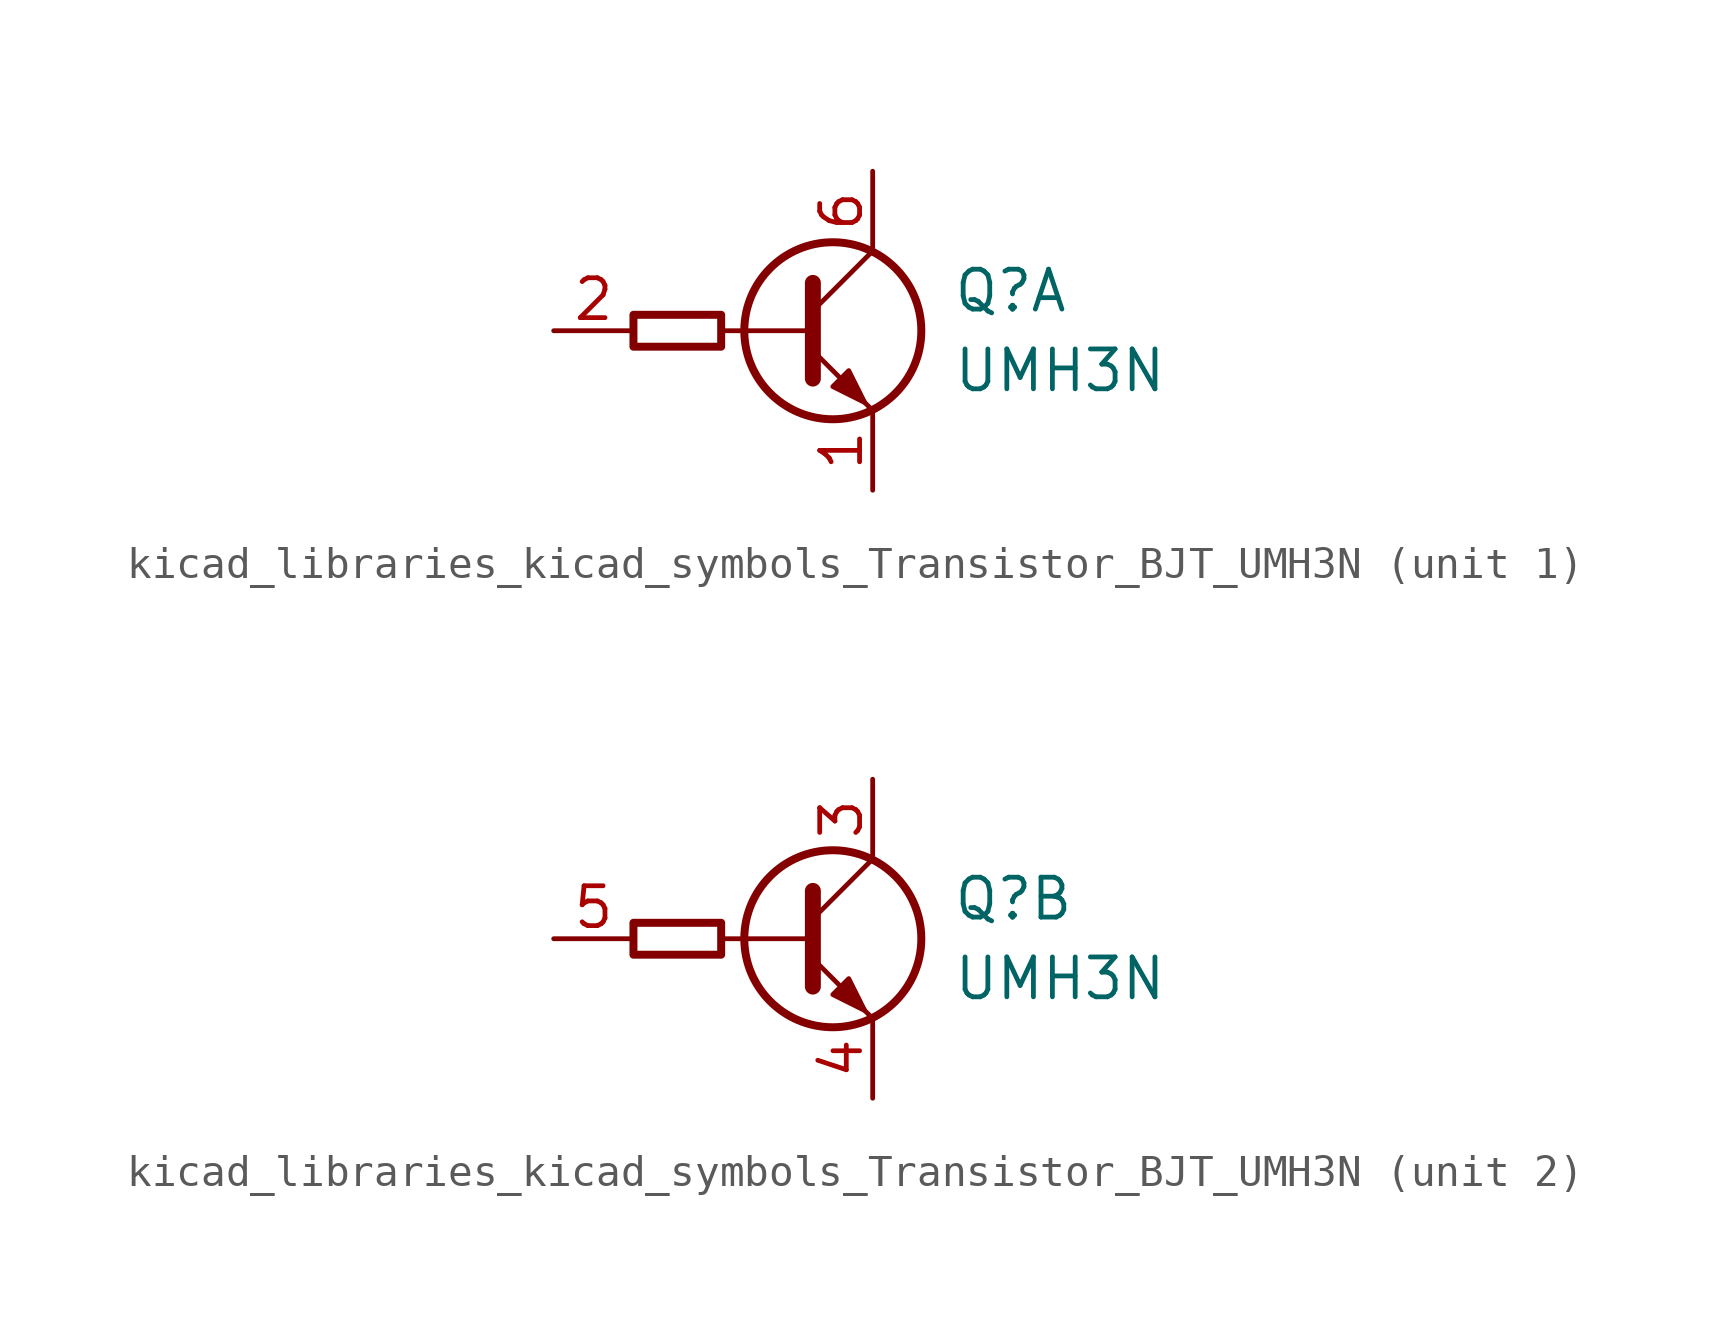
<source format=kicad_sym>
(kicad_symbol_lib
  (version 20220914)
  (generator kicad_symbol_editor)
  (symbol "kicad_libraries_kicad_symbols_Transistor_BJT_UMH3N"
    (pin_names hide)
    (property "Reference" "Q"
      (at 7.62 1.27 0)
      (effects (font (size 1.27 1.27)) (justify left)))
    (property "Value" "UMH3N"
      (at 7.62 -1.27 0)
      (effects (font (size 1.27 1.27)) (justify left)))
    (symbol "kicad_libraries_kicad_symbols_Transistor_BJT_UMH3N_0_1"
      (polyline (pts (xy 3.175 0) (xy 0.254 0)) (stroke (width 0) (type default)) (fill (type none)))
      (polyline (pts (xy 3.175 0.635) (xy 5.08 2.54)) (stroke (width 0) (type default)) (fill (type none)))
      (polyline (pts (xy 3.175 1.524) (xy 3.175 -1.524)) (stroke (width 0.508) (type default)) (fill (type none)))
      (polyline (pts (xy 3.175 -0.635) (xy 5.08 -2.54) (xy 5.08 -2.54)) (stroke (width 0) (type default)) (fill (type none)))
      (polyline (pts (xy 3.81 -1.778) (xy 4.318 -1.27) (xy 4.826 -2.286) (xy 3.81 -1.778) (xy 3.81 -1.778)) (stroke (width 0) (type default)) (fill (type outline)))
      (rectangle (start 0.254 0.508) (end -2.54 -0.508) (stroke (width 0.254) (type default)) (fill (type none)))
      (circle (center 3.81 0) (radius 2.819) (stroke (width 0.254) (type default)) (fill (type none))))
    (symbol "kicad_libraries_kicad_symbols_Transistor_BJT_UMH3N_1_1"
      (pin passive line (at 5.08 -5.08 90) (length 2.54) (name "E1" (effects (font (size 1.27 1.27)))) (number "1" (effects (font (size 1.27 1.27)))))
      (pin input line (at -5.08 0 0) (length 2.54) (name "B1" (effects (font (size 1.27 1.27)))) (number "2" (effects (font (size 1.27 1.27)))))
      (pin passive line (at 5.08 5.08 270) (length 2.54) (name "C1" (effects (font (size 1.27 1.27)))) (number "6" (effects (font (size 1.27 1.27))))))
    (symbol "kicad_libraries_kicad_symbols_Transistor_BJT_UMH3N_2_1"
      (pin passive line (at 5.08 5.08 270) (length 2.54) (name "C2" (effects (font (size 1.27 1.27)))) (number "3" (effects (font (size 1.27 1.27)))))
      (pin passive line (at 5.08 -5.08 90) (length 2.54) (name "E2" (effects (font (size 1.27 1.27)))) (number "4" (effects (font (size 1.27 1.27)))))
      (pin input line (at -5.08 0 0) (length 2.54) (name "B2" (effects (font (size 1.27 1.27)))) (number "5" (effects (font (size 1.27 1.27))))))))
</source>
